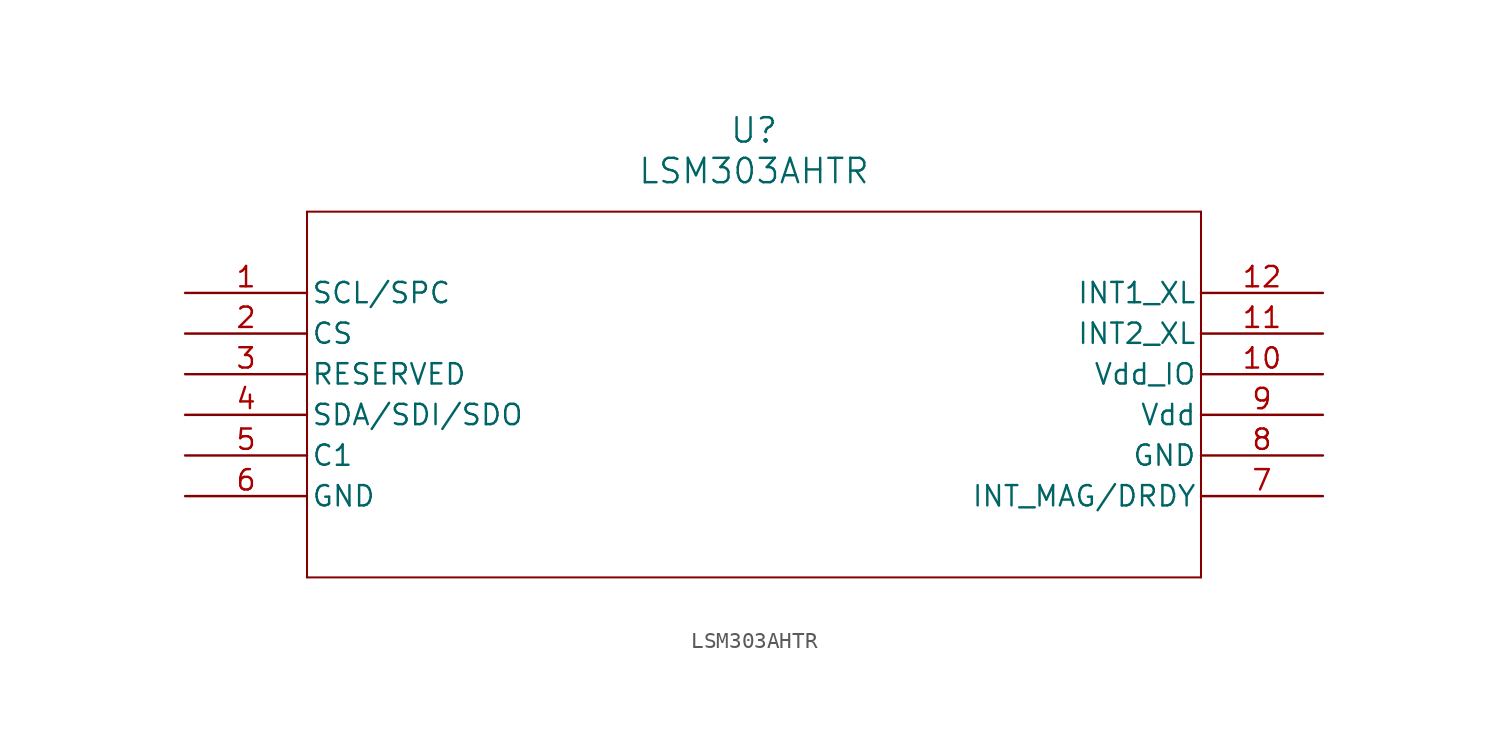
<source format=kicad_sym>
(kicad_symbol_lib
  (version 20211014)
  (generator kicad_symbol_editor)
  (symbol "LSM303AHTR"
    (pin_names
      (offset 0.254))
    (property "Reference" "U"
      (at 35.56 10.16 0)
      (effects (font (size 1.524 1.524))))
    (property "Value" "LSM303AHTR"
      (at 35.56 7.62 0)
      (effects (font (size 1.524 1.524))))
    (symbol "LSM303AHTR_0_1"
      (polyline (pts (xy 7.62 5.08) (xy 7.62 -17.78)) (stroke (width 0.127) (type default) (color 0 0 0 0)) (fill (type none)))
      (polyline (pts (xy 7.62 -17.78) (xy 63.5 -17.78)) (stroke (width 0.127) (type default) (color 0 0 0 0)) (fill (type none)))
      (polyline (pts (xy 63.5 -17.78) (xy 63.5 5.08)) (stroke (width 0.127) (type default) (color 0 0 0 0)) (fill (type none)))
      (polyline (pts (xy 63.5 5.08) (xy 7.62 5.08)) (stroke (width 0.127) (type default) (color 0 0 0 0)) (fill (type none)))
      (pin unspecified line (at 0 0 0) (length 7.62) (name "SCL/SPC" (effects (font (size 1.27 1.27)))) (number "1" (effects (font (size 1.27 1.27)))))
      (pin unspecified line (at 0 -2.54 0) (length 7.62) (name "CS" (effects (font (size 1.27 1.27)))) (number "2" (effects (font (size 1.27 1.27)))))
      (pin unspecified line (at 0 -5.08 0) (length 7.62) (name "RESERVED" (effects (font (size 1.27 1.27)))) (number "3" (effects (font (size 1.27 1.27)))))
      (pin unspecified line (at 0 -7.62 0) (length 7.62) (name "SDA/SDI/SDO" (effects (font (size 1.27 1.27)))) (number "4" (effects (font (size 1.27 1.27)))))
      (pin unspecified line (at 0 -10.16 0) (length 7.62) (name "C1" (effects (font (size 1.27 1.27)))) (number "5" (effects (font (size 1.27 1.27)))))
      (pin power_out line (at 0 -12.7 0) (length 7.62) (name "GND" (effects (font (size 1.27 1.27)))) (number "6" (effects (font (size 1.27 1.27)))))
      (pin input line (at 71.12 -12.7 180) (length 7.62) (name "INT_MAG/DRDY" (effects (font (size 1.27 1.27)))) (number "7" (effects (font (size 1.27 1.27)))))
      (pin power_out line (at 71.12 -10.16 180) (length 7.62) (name "GND" (effects (font (size 1.27 1.27)))) (number "8" (effects (font (size 1.27 1.27)))))
      (pin power_in line (at 71.12 -7.62 180) (length 7.62) (name "Vdd" (effects (font (size 1.27 1.27)))) (number "9" (effects (font (size 1.27 1.27)))))
      (pin power_in line (at 71.12 -5.08 180) (length 7.62) (name "Vdd_IO" (effects (font (size 1.27 1.27)))) (number "10" (effects (font (size 1.27 1.27)))))
      (pin input line (at 71.12 -2.54 180) (length 7.62) (name "INT2_XL" (effects (font (size 1.27 1.27)))) (number "11" (effects (font (size 1.27 1.27)))))
      (pin input line (at 71.12 0 180) (length 7.62) (name "INT1_XL" (effects (font (size 1.27 1.27)))) (number "12" (effects (font (size 1.27 1.27))))))))
</source>
